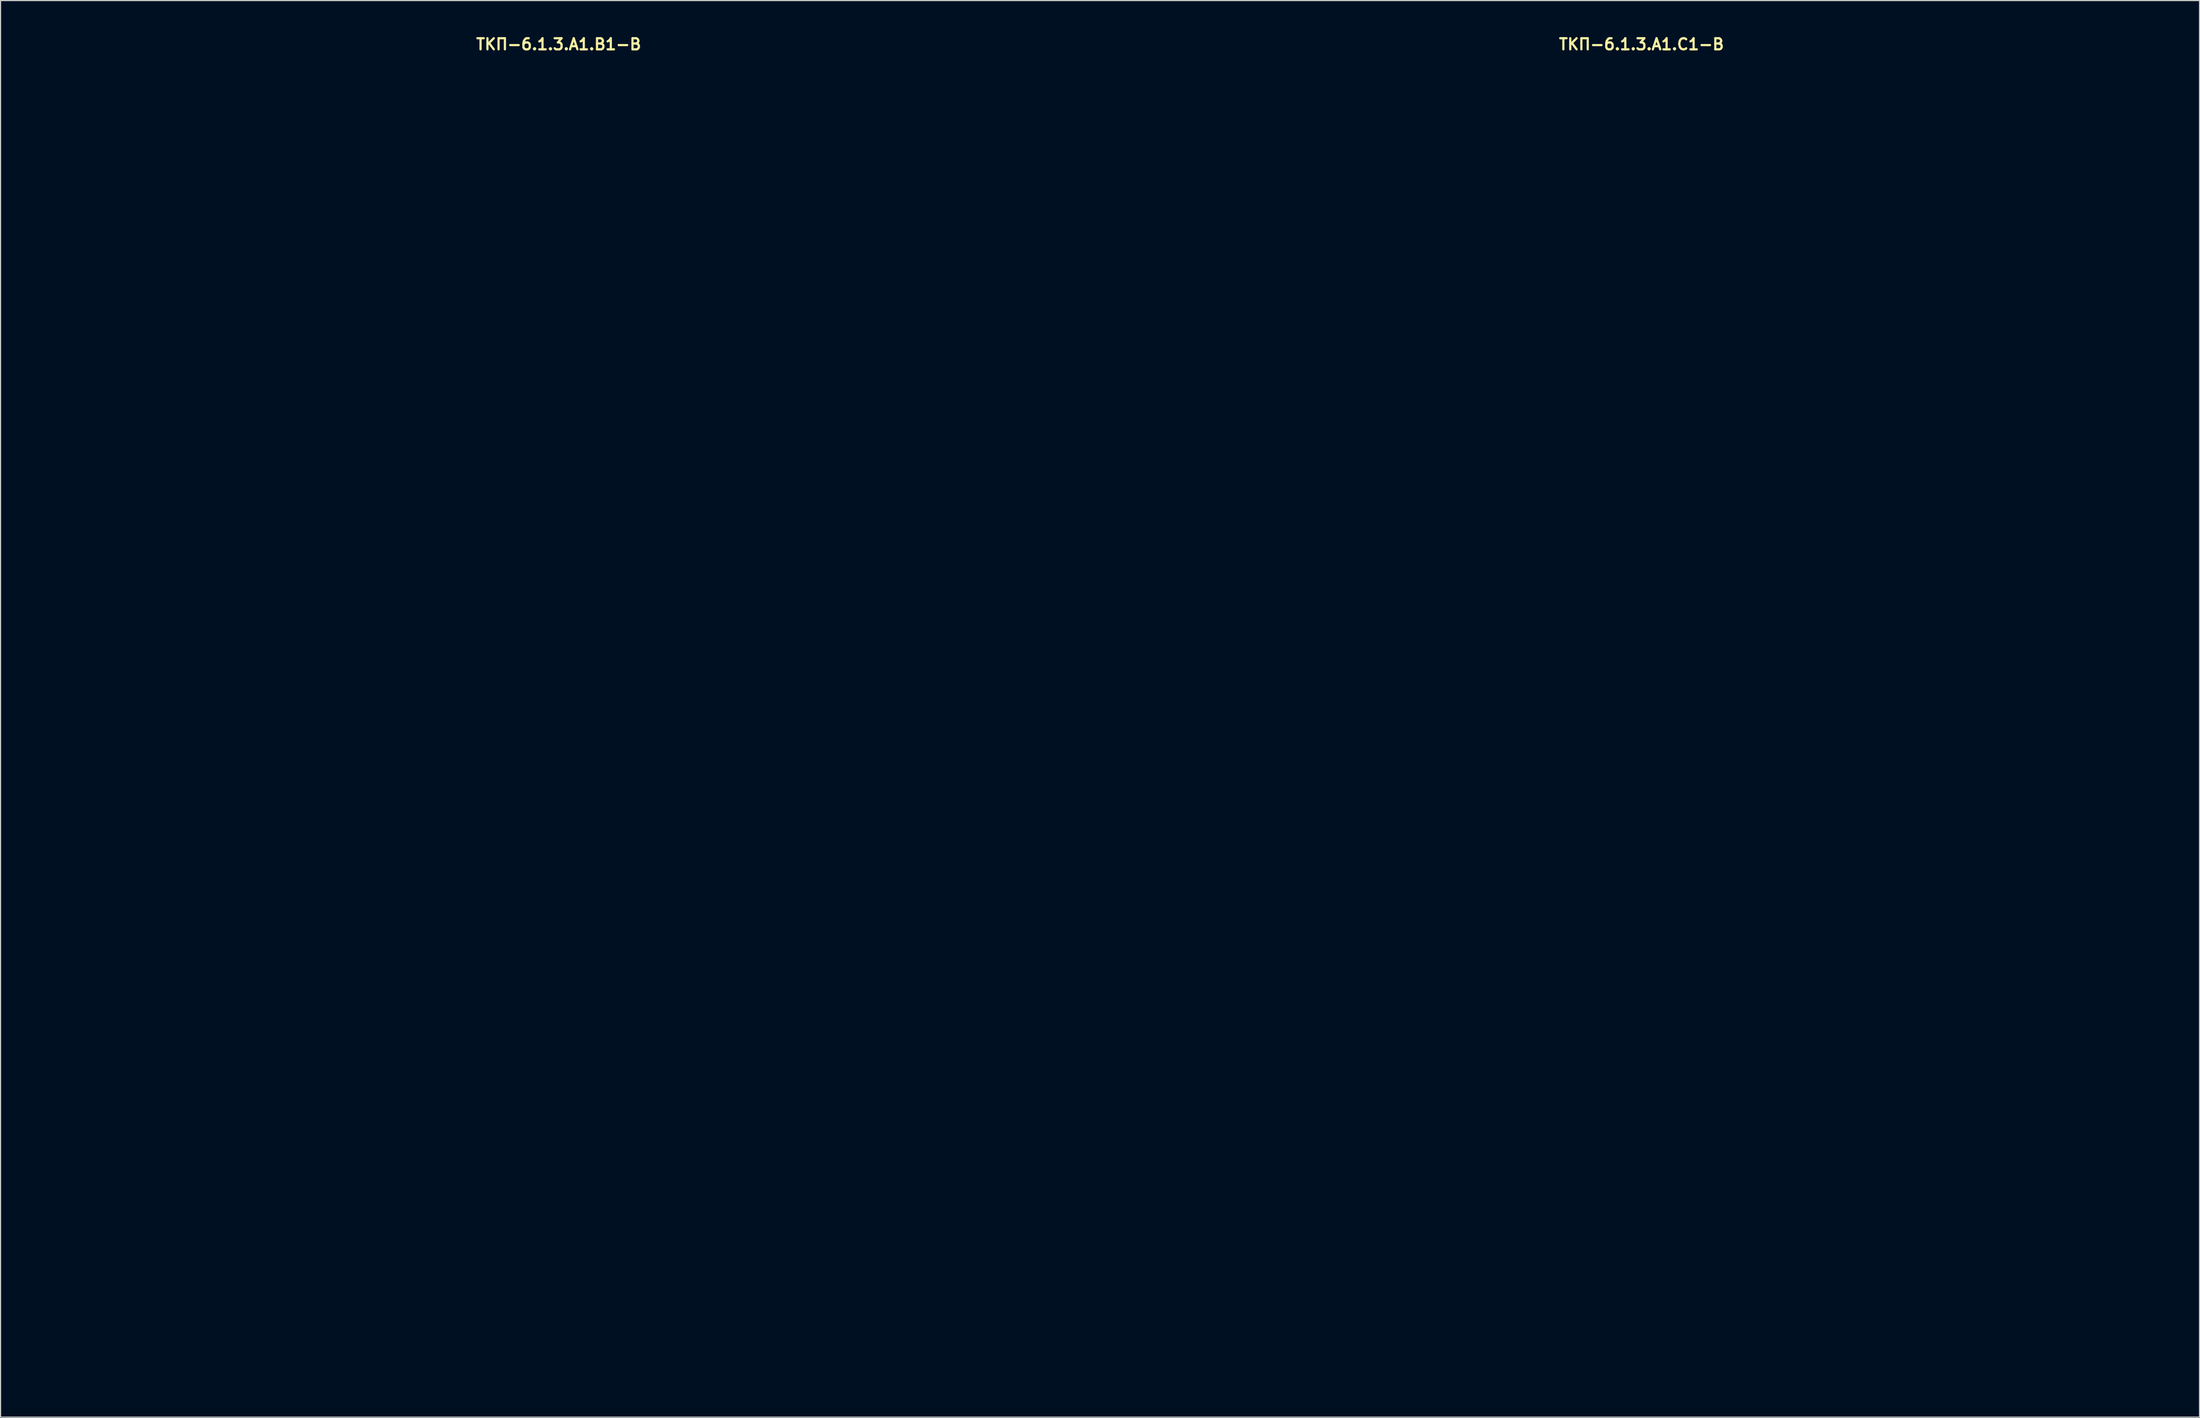
<source format=kicad_pcb>
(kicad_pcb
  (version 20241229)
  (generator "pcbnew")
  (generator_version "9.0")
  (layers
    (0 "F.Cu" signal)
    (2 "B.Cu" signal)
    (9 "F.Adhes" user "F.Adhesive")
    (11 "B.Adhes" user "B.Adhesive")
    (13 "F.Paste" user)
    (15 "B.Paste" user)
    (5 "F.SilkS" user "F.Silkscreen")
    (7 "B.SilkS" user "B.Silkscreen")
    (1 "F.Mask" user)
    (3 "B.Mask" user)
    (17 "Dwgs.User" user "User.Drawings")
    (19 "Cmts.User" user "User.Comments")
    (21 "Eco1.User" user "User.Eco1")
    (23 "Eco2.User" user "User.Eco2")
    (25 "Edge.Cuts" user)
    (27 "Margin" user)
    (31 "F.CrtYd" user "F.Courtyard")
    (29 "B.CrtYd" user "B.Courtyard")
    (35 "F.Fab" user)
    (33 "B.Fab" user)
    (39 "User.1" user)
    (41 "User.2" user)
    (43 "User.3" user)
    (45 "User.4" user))
  (footprint "ТКП-6.1.3.A1.B1-B"
    (layer "F.Cu")
    (at 47.2 61.515)
    (property "Reference" "ТКП-6.1.3.A1.B1-B" (at 0 -60.579 0) (layer "F.SilkS") (effects (font (size 1 1) (thickness 0.2))))
    (attr through_hole)
    (fp_line (start -47 -56.65) (end -47 56.65) (stroke (width 0.4) (type solid)) (layer "Eco1.User"))
    (fp_line (start -43.9 -59.75) (end 43.9 -59.75) (stroke (width 0.4) (type solid)) (layer "Eco1.User"))
    (fp_line (start -43.9 59.75) (end 43.9 59.75) (stroke (width 0.4) (type solid)) (layer "Eco1.User"))
    (fp_line (start 47 -56.65) (end 47 56.65) (stroke (width 0.4) (type solid)) (layer "Eco1.User"))
    (fp_arc (start -47 -56.65) (mid -46.092031 -58.842031) (end -43.9 -59.75) (stroke (width 0.4) (type solid)) (layer "Eco1.User"))
    (fp_arc (start -43.9 59.75) (mid -46.092031 58.842031) (end -47 56.65) (stroke (width 0.4) (type solid)) (layer "Eco1.User"))
    (fp_arc (start 43.9 -59.75) (mid 46.092031 -58.842031) (end 47 -56.65) (stroke (width 0.4) (type solid)) (layer "Eco1.User"))
    (fp_arc (start 47 56.65) (mid 46.092031 58.842031) (end 43.9 59.75) (stroke (width 0.4) (type solid)) (layer "Eco1.User"))
    (fp_circle (center -38.6 -51.35) (end -37.1 -51.35) (stroke (width 0.4) (type solid)) (fill no) (layer "Eco1.User"))
    (fp_circle (center -38.6 51.35) (end -37.1 51.35) (stroke (width 0.4) (type solid)) (fill no) (layer "Eco1.User"))
    (fp_circle (center -33.02 -31.55) (end -29.42 -31.55) (stroke (width 0.4) (type solid)) (fill no) (layer "Eco1.User"))
    (fp_circle (center -29.21 -52.07) (end -27.71 -52.07) (stroke (width 0.4) (type solid)) (fill no) (layer "Eco1.User"))
    (fp_circle (center -8.89 -52.07) (end -7.39 -52.07) (stroke (width 0.4) (type solid)) (fill no) (layer "Eco1.User"))
    (fp_circle (center 0 -31.55) (end 3.6 -31.55) (stroke (width 0.4) (type solid)) (fill no) (layer "Eco1.User"))
    (fp_circle (center 0 13.97) (end 2.65 13.97) (stroke (width 0.4) (type solid)) (fill no) (layer "Eco1.User"))
    (fp_circle (center 0 29.21) (end 6 29.21) (stroke (width 0.4) (type solid)) (fill no) (layer "Eco1.User"))
    (fp_circle (center 8.89 -52.07) (end 10.39 -52.07) (stroke (width 0.4) (type solid)) (fill no) (layer "Eco1.User"))
    (fp_circle (center 29.21 -52.07) (end 30.71 -52.07) (stroke (width 0.4) (type solid)) (fill no) (layer "Eco1.User"))
    (fp_circle (center 33.02 -31.55) (end 36.62 -31.55) (stroke (width 0.4) (type solid)) (fill no) (layer "Eco1.User"))
    (fp_circle (center 38.6 -51.35) (end 40.1 -51.35) (stroke (width 0.4) (type solid)) (fill no) (layer "Eco1.User"))
    (fp_circle (center 38.6 51.35) (end 40.1 51.35) (stroke (width 0.4) (type solid)) (fill no) (layer "Eco1.User")))
  (footprint "ТКП-6.1.3.A1.C1-B"
    (layer "F.Cu")
    (at 144.6 61.515)
    (property "Reference" "ТКП-6.1.3.A1.C1-B" (at 0 -60.579 0) (layer "F.SilkS") (effects (font (size 1 1) (thickness 0.2))))
    (attr through_hole)
    (fp_line (start -47 -56.65) (end -47 56.65) (stroke (width 0.4) (type solid)) (layer "Eco1.User"))
    (fp_line (start -43.9 -59.75) (end 43.9 -59.75) (stroke (width 0.4) (type solid)) (layer "Eco1.User"))
    (fp_line (start -43.9 59.75) (end 43.9 59.75) (stroke (width 0.4) (type solid)) (layer "Eco1.User"))
    (fp_line (start 47 -56.65) (end 47 56.65) (stroke (width 0.4) (type solid)) (layer "Eco1.User"))
    (fp_arc (start -47 -56.65) (mid -46.092031 -58.842031) (end -43.9 -59.75) (stroke (width 0.4) (type solid)) (layer "Eco1.User"))
    (fp_arc (start -43.9 59.75) (mid -46.092031 58.842031) (end -47 56.65) (stroke (width 0.4) (type solid)) (layer "Eco1.User"))
    (fp_arc (start 43.9 -59.75) (mid 46.092031 -58.842031) (end 47 -56.65) (stroke (width 0.4) (type solid)) (layer "Eco1.User"))
    (fp_arc (start 47 56.65) (mid 46.092031 58.842031) (end 43.9 59.75) (stroke (width 0.4) (type solid)) (layer "Eco1.User"))
    (fp_circle (center -38.6 -51.35) (end -37.1 -51.35) (stroke (width 0.4) (type solid)) (fill no) (layer "Eco1.User"))
    (fp_circle (center -38.6 51.35) (end -37.1 51.35) (stroke (width 0.4) (type solid)) (fill no) (layer "Eco1.User"))
    (fp_circle (center -33.02 -31.55) (end -29.42 -31.55) (stroke (width 0.4) (type solid)) (fill no) (layer "Eco1.User"))
    (fp_circle (center -33.02 -4.88) (end -29.42 -4.88) (stroke (width 0.4) (type solid)) (fill no) (layer "Eco1.User"))
    (fp_circle (center -29.21 -52.07) (end -27.71 -52.07) (stroke (width 0.4) (type solid)) (fill no) (layer "Eco1.User"))
    (fp_circle (center -8.89 -52.07) (end -7.39 -52.07) (stroke (width 0.4) (type solid)) (fill no) (layer "Eco1.User"))
    (fp_circle (center 0 -31.55) (end 3.6 -31.55) (stroke (width 0.4) (type solid)) (fill no) (layer "Eco1.User"))
    (fp_circle (center 0 -4.88) (end 3.6 -4.88) (stroke (width 0.4) (type solid)) (fill no) (layer "Eco1.User"))
    (fp_circle (center 0 13.97) (end 2.65 13.97) (stroke (width 0.4) (type solid)) (fill no) (layer "Eco1.User"))
    (fp_circle (center 0 29.21) (end 6 29.21) (stroke (width 0.4) (type solid)) (fill no) (layer "Eco1.User"))
    (fp_circle (center 8.89 -52.07) (end 10.39 -52.07) (stroke (width 0.4) (type solid)) (fill no) (layer "Eco1.User"))
    (fp_circle (center 29.21 -52.07) (end 30.71 -52.07) (stroke (width 0.4) (type solid)) (fill no) (layer "Eco1.User"))
    (fp_circle (center 33.02 -31.55) (end 36.62 -31.55) (stroke (width 0.4) (type solid)) (fill no) (layer "Eco1.User"))
    (fp_circle (center 33.02 -4.88) (end 36.62 -4.88) (stroke (width 0.4) (type solid)) (fill no) (layer "Eco1.User"))
    (fp_circle (center 38.6 -51.35) (end 40.1 -51.35) (stroke (width 0.4) (type solid)) (fill no) (layer "Eco1.User"))
    (fp_circle (center 38.6 51.35) (end 40.1 51.35) (stroke (width 0.4) (type solid)) (fill no) (layer "Eco1.User")))
  (gr_rect
    (start -3 -3)
    (end 194.8 124.465)
    (stroke (width 0.1) (type default))
    (fill no)
    (layer "Edge.Cuts")))
</source>
